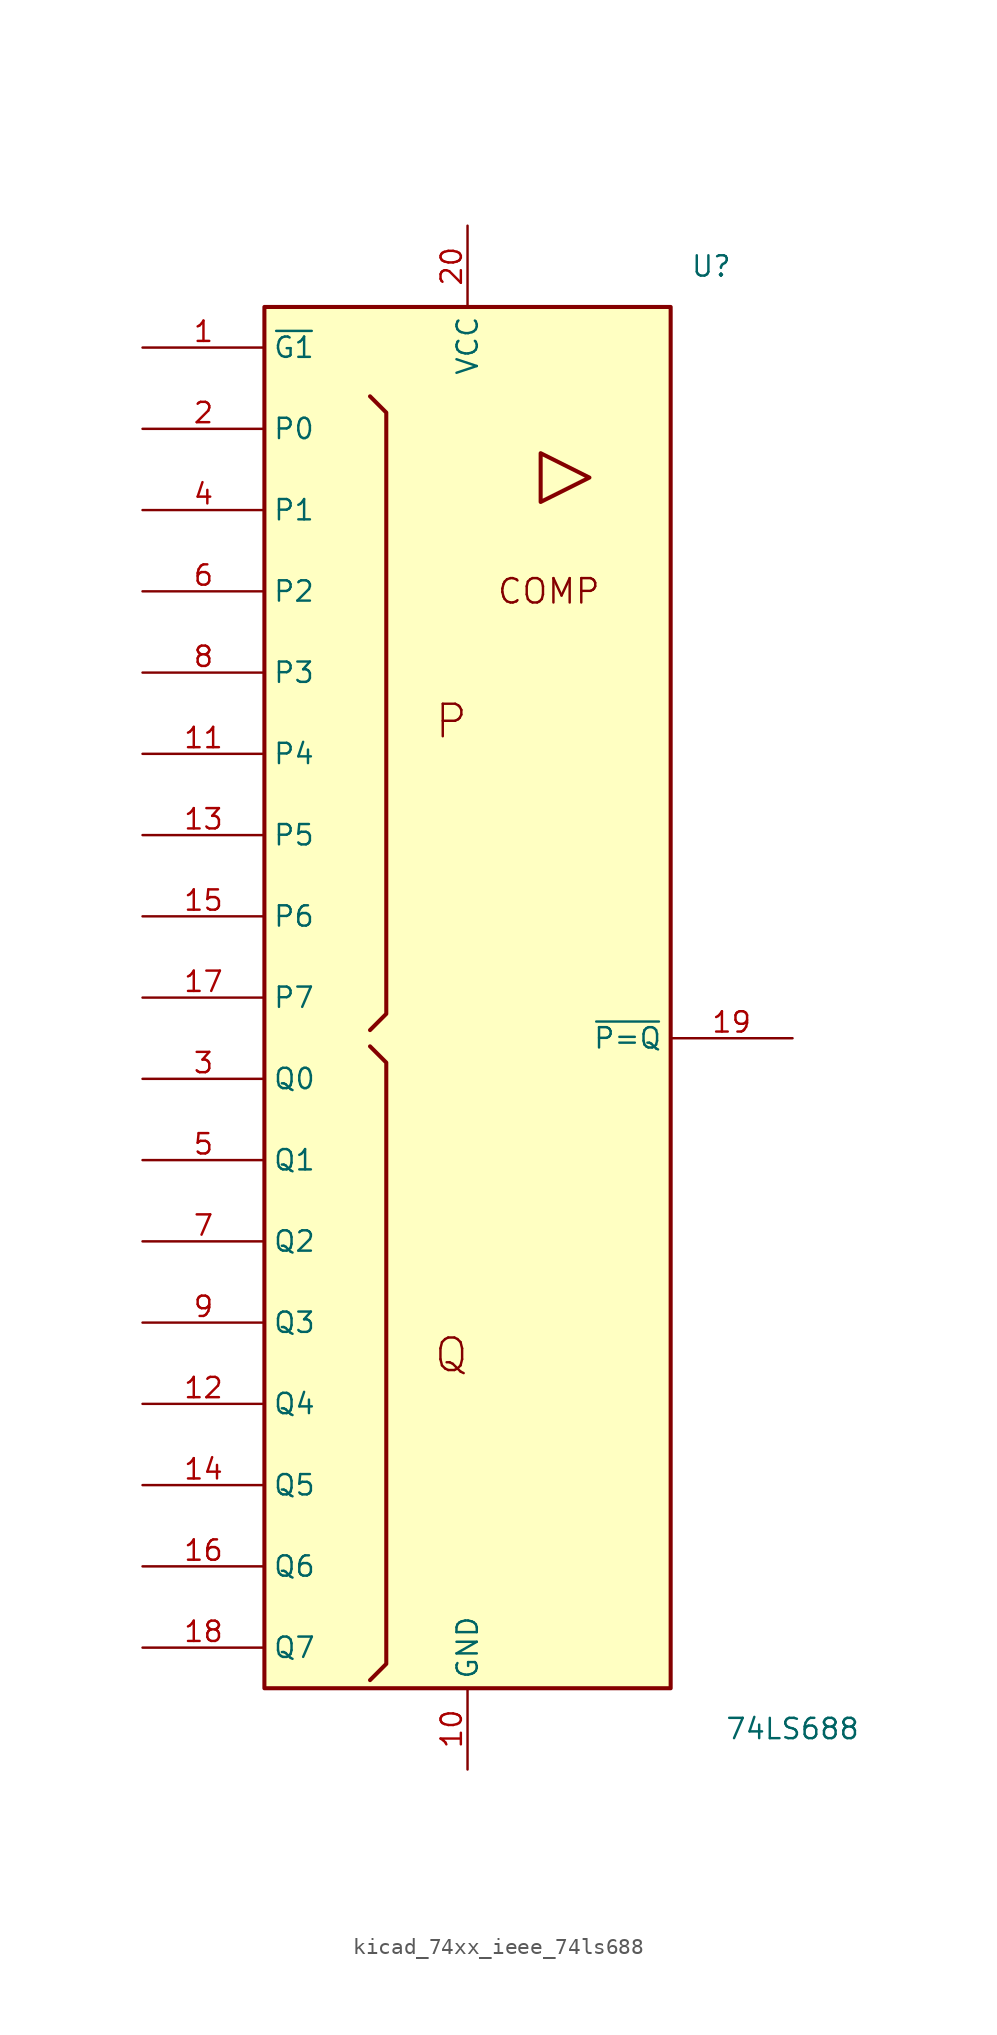
<source format=kicad_sym>
(kicad_symbol_lib
  (version 20220914)
  (generator kicad_symbol_editor)
  (symbol "kicad_74xx_ieee_74ls688"
    (property "Reference" "U"
      (at 15.24 45.72 0)
      (effects (font (size 1.27 1.27))))
    (property "Value" "74LS688"
      (at 20.32 -45.72 0)
      (effects (font (size 1.27 1.27))))
    (symbol "kicad_74xx_ieee_74ls688_0_0"
      (polyline (pts (xy 4.572 34.036) (xy 4.572 30.988) (xy 7.62 32.512) (xy 4.572 34.036) (xy 4.572 34.036)) (stroke (width 0.254) (type default)) (fill (type background)))
      (text "COMP" (at 5.08 25.4 0) (effects (font (size 1.524 1.524))))
      (text "P" (at -1.016 17.272 0) (effects (font (size 2.032 2.032))))
      (text "Q" (at -1.016 -22.352 0) (effects (font (size 2.032 2.032)))))
    (symbol "kicad_74xx_ieee_74ls688_0_1"
      (rectangle (start -12.7 43.18) (end 12.7 -43.18) (stroke (width 0.254) (type default)) (fill (type background)))
      (polyline (pts (xy -6.096 -3.048) (xy -5.08 -4.064) (xy -5.08 -41.656) (xy -6.096 -42.672) (xy -6.096 -42.672)) (stroke (width 0.254) (type default)) (fill (type background)))
      (polyline (pts (xy -6.096 37.592) (xy -5.08 36.576) (xy -5.08 -1.016) (xy -6.096 -2.032) (xy -6.096 -2.032)) (stroke (width 0.254) (type default)) (fill (type background))))
    (symbol "kicad_74xx_ieee_74ls688_1_1"
      (pin output line (at -20.32 40.64 0) (length 7.62) (name "~{G1}" (effects (font (size 1.27 1.27)))) (number "1" (effects (font (size 1.27 1.27)))))
      (pin power_in line (at 0 -48.26 90) (length 5.08) (name "GND" (effects (font (size 1.27 1.27)))) (number "10" (effects (font (size 1.27 1.27)))))
      (pin input line (at -20.32 15.24 0) (length 7.62) (name "P4" (effects (font (size 1.27 1.27)))) (number "11" (effects (font (size 1.27 1.27)))))
      (pin input line (at -20.32 -25.4 0) (length 7.62) (name "Q4" (effects (font (size 1.27 1.27)))) (number "12" (effects (font (size 1.27 1.27)))))
      (pin input line (at -20.32 10.16 0) (length 7.62) (name "P5" (effects (font (size 1.27 1.27)))) (number "13" (effects (font (size 1.27 1.27)))))
      (pin input line (at -20.32 -30.48 0) (length 7.62) (name "Q5" (effects (font (size 1.27 1.27)))) (number "14" (effects (font (size 1.27 1.27)))))
      (pin input line (at -20.32 5.08 0) (length 7.62) (name "P6" (effects (font (size 1.27 1.27)))) (number "15" (effects (font (size 1.27 1.27)))))
      (pin input line (at -20.32 -35.56 0) (length 7.62) (name "Q6" (effects (font (size 1.27 1.27)))) (number "16" (effects (font (size 1.27 1.27)))))
      (pin input line (at -20.32 0 0) (length 7.62) (name "P7" (effects (font (size 1.27 1.27)))) (number "17" (effects (font (size 1.27 1.27)))))
      (pin input line (at -20.32 -40.64 0) (length 7.62) (name "Q7" (effects (font (size 1.27 1.27)))) (number "18" (effects (font (size 1.27 1.27)))))
      (pin output line (at 20.32 -2.54 180) (length 7.62) (name "~{P=Q}" (effects (font (size 1.27 1.27)))) (number "19" (effects (font (size 1.27 1.27)))))
      (pin input line (at -20.32 35.56 0) (length 7.62) (name "P0" (effects (font (size 1.27 1.27)))) (number "2" (effects (font (size 1.27 1.27)))))
      (pin power_in line (at 0 48.26 270) (length 5.08) (name "VCC" (effects (font (size 1.27 1.27)))) (number "20" (effects (font (size 1.27 1.27)))))
      (pin input line (at -20.32 -5.08 0) (length 7.62) (name "Q0" (effects (font (size 1.27 1.27)))) (number "3" (effects (font (size 1.27 1.27)))))
      (pin input line (at -20.32 30.48 0) (length 7.62) (name "P1" (effects (font (size 1.27 1.27)))) (number "4" (effects (font (size 1.27 1.27)))))
      (pin input line (at -20.32 -10.16 0) (length 7.62) (name "Q1" (effects (font (size 1.27 1.27)))) (number "5" (effects (font (size 1.27 1.27)))))
      (pin input line (at -20.32 25.4 0) (length 7.62) (name "P2" (effects (font (size 1.27 1.27)))) (number "6" (effects (font (size 1.27 1.27)))))
      (pin input line (at -20.32 -15.24 0) (length 7.62) (name "Q2" (effects (font (size 1.27 1.27)))) (number "7" (effects (font (size 1.27 1.27)))))
      (pin input line (at -20.32 20.32 0) (length 7.62) (name "P3" (effects (font (size 1.27 1.27)))) (number "8" (effects (font (size 1.27 1.27)))))
      (pin input line (at -20.32 -20.32 0) (length 7.62) (name "Q3" (effects (font (size 1.27 1.27)))) (number "9" (effects (font (size 1.27 1.27))))))))
</source>
